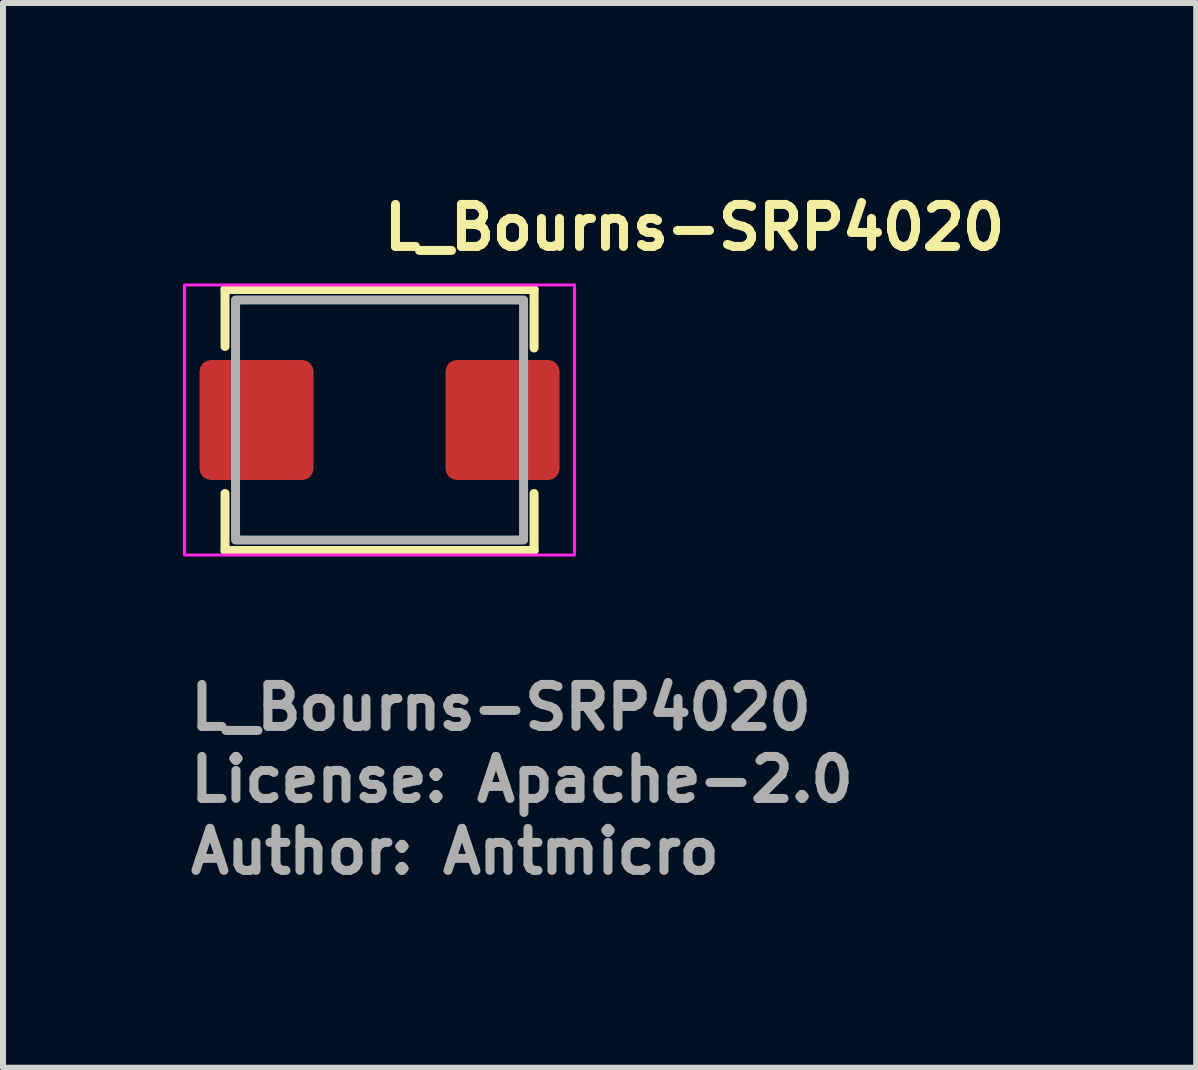
<source format=kicad_pcb>
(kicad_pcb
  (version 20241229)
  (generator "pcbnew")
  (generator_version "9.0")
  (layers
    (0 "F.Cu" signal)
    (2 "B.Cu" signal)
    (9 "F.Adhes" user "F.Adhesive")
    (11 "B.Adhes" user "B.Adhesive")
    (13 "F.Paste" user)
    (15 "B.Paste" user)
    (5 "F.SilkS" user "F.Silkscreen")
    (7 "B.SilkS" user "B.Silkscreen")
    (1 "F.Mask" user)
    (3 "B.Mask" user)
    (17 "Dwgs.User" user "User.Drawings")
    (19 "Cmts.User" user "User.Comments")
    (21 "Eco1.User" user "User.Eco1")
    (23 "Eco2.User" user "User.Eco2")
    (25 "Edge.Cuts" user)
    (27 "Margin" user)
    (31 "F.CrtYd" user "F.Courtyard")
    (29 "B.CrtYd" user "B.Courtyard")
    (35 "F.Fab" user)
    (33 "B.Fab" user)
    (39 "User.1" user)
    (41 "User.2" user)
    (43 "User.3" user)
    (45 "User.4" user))
  (footprint "L_Bourns-SRP4020"
    (layer "F.Cu")
    (at 3.275 3.949)
    (property "Reference" "L_Bourns-SRP4020" (at 0 -2.799 0) (layer "F.SilkS") (effects (font (size 0.7 0.7) (thickness 0.15)) (justify left bottom)))
    (attr smd)
    (fp_line (start -2.575 -2.175) (end 2.575 -2.175) (stroke (width 0.15) (type solid)) (layer "F.SilkS"))
    (fp_line (start -2.575 -1.225) (end -2.575 -2.175) (stroke (width 0.15) (type solid)) (layer "F.SilkS"))
    (fp_line (start -2.575 2.175) (end -2.575 1.225) (stroke (width 0.15) (type solid)) (layer "F.SilkS"))
    (fp_line (start 2.575 -1.2) (end 2.575 -2.175) (stroke (width 0.15) (type solid)) (layer "F.SilkS"))
    (fp_line (start 2.575 2.175) (end -2.575 2.175) (stroke (width 0.15) (type solid)) (layer "F.SilkS"))
    (fp_line (start 2.575 2.175) (end 2.575 1.225) (stroke (width 0.15) (type solid)) (layer "F.SilkS"))
    (fp_rect (start -3.25 -2.25) (end 3.25 2.25) (stroke (width 0.05) (type solid)) (fill no) (layer "F.CrtYd"))
    (fp_rect (start -2.4 -2) (end 2.4 2) (stroke (width 0.15) (type solid)) (fill no) (layer "F.Fab"))
    (fp_rect (start -2.4 -2) (end 2.4 2) (stroke (width 0.1) (type solid)) (fill no) (layer "User.5"))
    (fp_line (start -2.4 0.3) (end -2.4 -0.3) (stroke (width 0.02) (type solid)) (layer "User.9"))
    (fp_line (start -2.3 -2) (end -2.251 -1.952) (stroke (width 0.02) (type solid)) (layer "User.9"))
    (fp_line (start -2.3 -2) (end 2.3 -2) (stroke (width 0.02) (type solid)) (layer "User.9"))
    (fp_line (start -2.3 -0.3) (end -2.4 -0.3) (stroke (width 0.02) (type solid)) (layer "User.9"))
    (fp_line (start -2.3 0.3) (end -2.4 0.3) (stroke (width 0.02) (type solid)) (layer "User.9"))
    (fp_line (start -2.3 2) (end -2.3 -2) (stroke (width 0.02) (type solid)) (layer "User.9"))
    (fp_line (start -2.3 2) (end -2.251 1.952) (stroke (width 0.02) (type solid)) (layer "User.9"))
    (fp_line (start -2.3 2) (end 2.3 2) (stroke (width 0.02) (type solid)) (layer "User.9"))
    (fp_line (start -2.251 -1.952) (end 2.251 -1.952) (stroke (width 0.02) (type solid)) (layer "User.9"))
    (fp_line (start -2.251 1.952) (end -2.251 -1.952) (stroke (width 0.02) (type solid)) (layer "User.9"))
    (fp_line (start -2.251 1.952) (end 2.251 1.952) (stroke (width 0.02) (type solid)) (layer "User.9"))
    (fp_line (start 2.251 1.952) (end 2.251 -1.952) (stroke (width 0.02) (type solid)) (layer "User.9"))
    (fp_line (start 2.3 -2) (end 2.251 -1.952) (stroke (width 0.02) (type solid)) (layer "User.9"))
    (fp_line (start 2.3 2) (end 2.251 1.952) (stroke (width 0.02) (type solid)) (layer "User.9"))
    (fp_line (start 2.3 2) (end 2.3 -2) (stroke (width 0.02) (type solid)) (layer "User.9"))
    (fp_line (start 2.4 -0.3) (end 2.3 -0.3) (stroke (width 0.02) (type solid)) (layer "User.9"))
    (fp_line (start 2.4 0.3) (end 2.3 0.3) (stroke (width 0.02) (type solid)) (layer "User.9"))
    (fp_line (start 2.4 0.3) (end 2.4 -0.3) (stroke (width 0.02) (type solid)) (layer "User.9"))
    (fp_text user "License: Apache-2.0" (at -3.225 6.4 0) (layer "F.Fab") (effects (font (size 0.7 0.7) (thickness 0.15)) (justify left bottom)))
    (fp_text user "${REFERENCE}" (at -3.225 5.2 0) (layer "F.Fab") (effects (font (size 0.7 0.7) (thickness 0.15)) (justify left bottom)))
    (fp_text user "Author: Antmicro" (at -3.225 7.599 0) (layer "F.Fab") (effects (font (size 0.7 0.7) (thickness 0.15)) (justify left bottom)))
    (pad "1" smd roundrect (at -2.05 0) (size 1.9 2) (layers "F.Cu" "F.Mask" "F.Paste") (roundrect_rratio 0.1))
    (pad "2" smd roundrect (at 2.05 0) (size 1.9 2) (layers "F.Cu" "F.Mask" "F.Paste") (roundrect_rratio 0.1)))
  (gr_rect
    (start -3 -3)
    (end 16.885 14.743)
    (stroke (width 0.1) (type default))
    (fill no)
    (layer "Edge.Cuts")))
</source>
